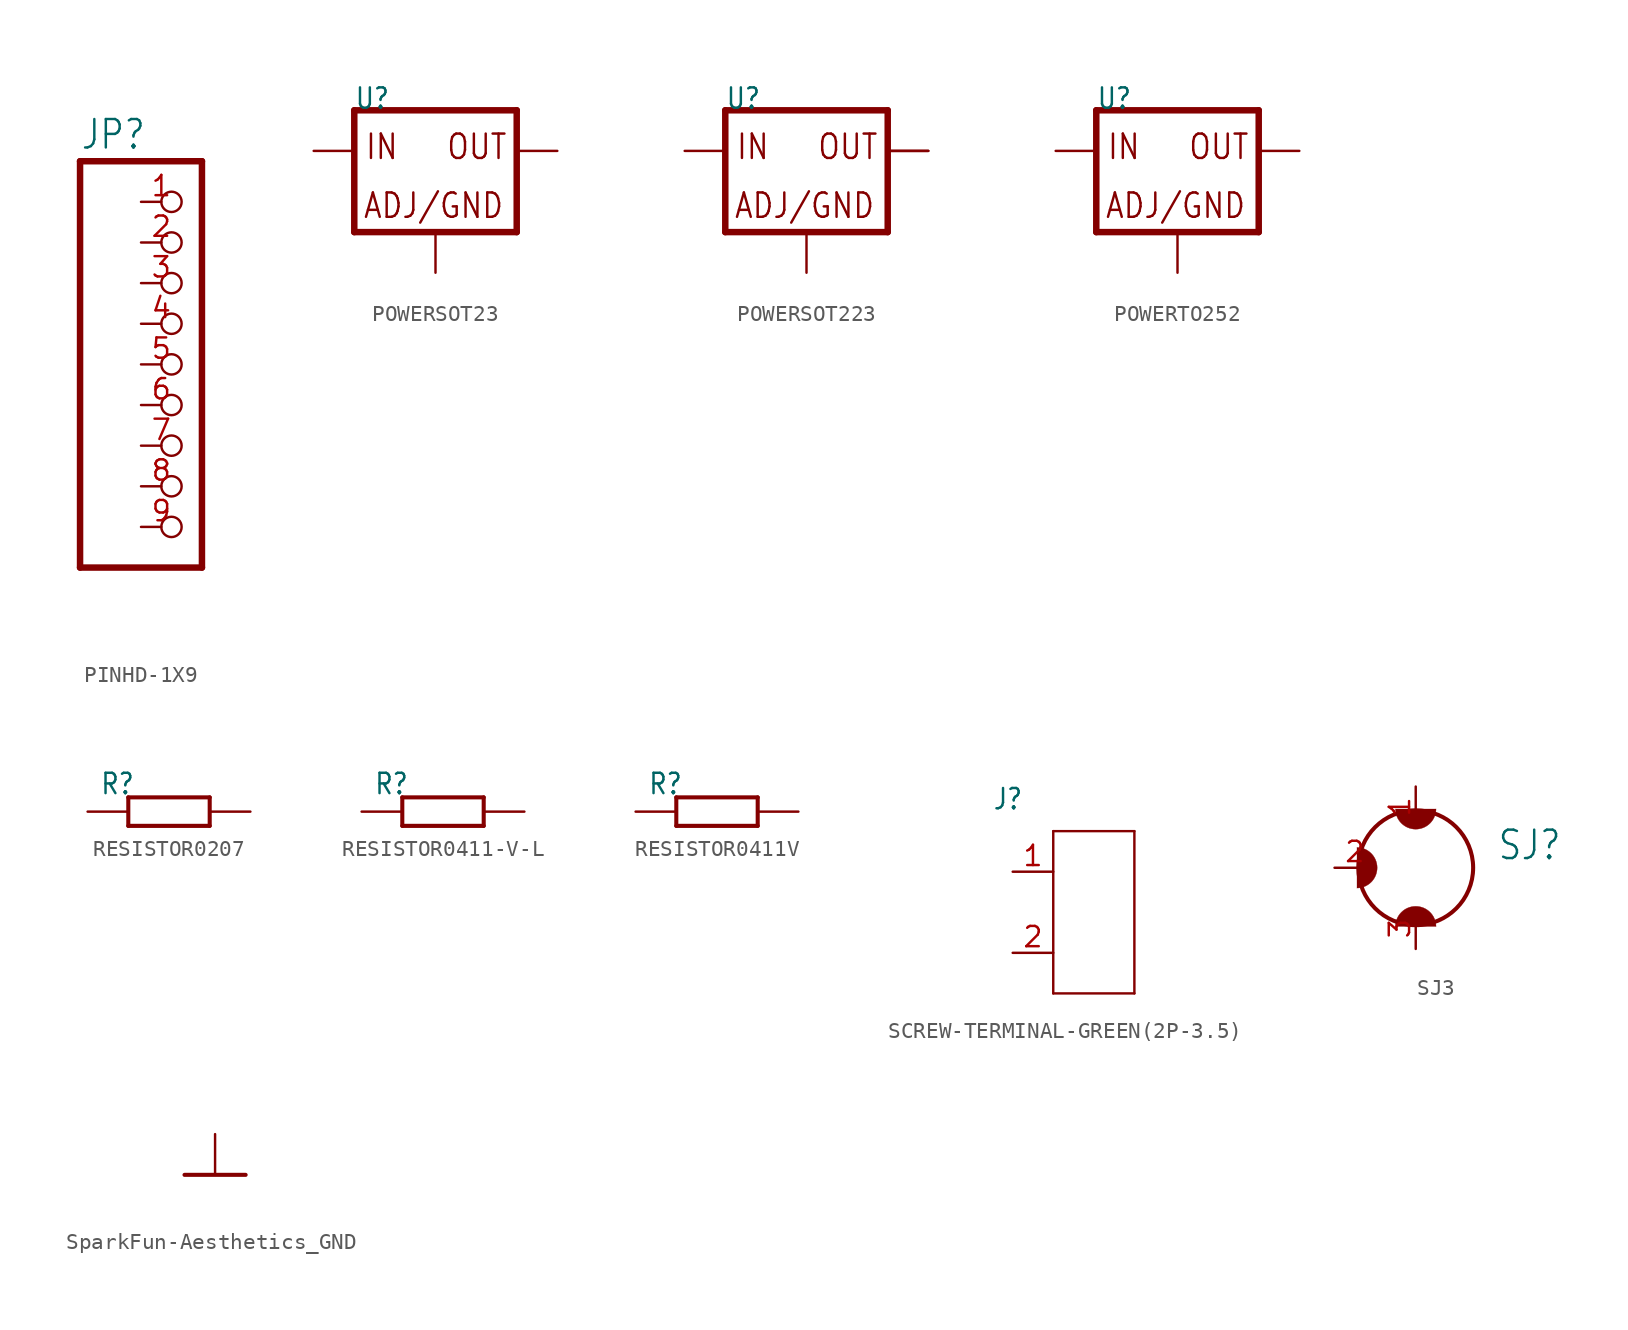
<source format=kicad_sym>
(kicad_symbol_lib
  (version 20231120)
  (generator "kicad_symbol_editor")
  (generator_version "8.0")
  (symbol "PINHD-1X9"
    (property "Reference" "JP"
      (at -6.35 13.335 0)
      (effects (font (size 1.778 1.511)) (justify left bottom)))
    (property "Value" ""
      (at -6.35 -15.24 0)
      (effects (font (size 1.778 1.511)) (justify left bottom)))
    (property "ki_locked" ""
      (at 0 0 0)
      (effects (font (size 1.27 1.27))))
    (symbol "PINHD-1X9_1_0"
      (polyline (pts (xy -6.35 -12.7) (xy 1.27 -12.7)) (stroke (width 0.406) (type solid)) (fill (type none)))
      (polyline (pts (xy -6.35 12.7) (xy -6.35 -12.7)) (stroke (width 0.406) (type solid)) (fill (type none)))
      (polyline (pts (xy 1.27 -12.7) (xy 1.27 12.7)) (stroke (width 0.406) (type solid)) (fill (type none)))
      (polyline (pts (xy 1.27 12.7) (xy -6.35 12.7)) (stroke (width 0.406) (type solid)) (fill (type none)))
      (pin passive inverted (at -2.54 10.16 0) (length 2.54) (name "1" (effects (font (size 0 0)))) (number "1" (effects (font (size 1.27 1.27)))))
      (pin passive inverted (at -2.54 7.62 0) (length 2.54) (name "2" (effects (font (size 0 0)))) (number "2" (effects (font (size 1.27 1.27)))))
      (pin passive inverted (at -2.54 5.08 0) (length 2.54) (name "3" (effects (font (size 0 0)))) (number "3" (effects (font (size 1.27 1.27)))))
      (pin passive inverted (at -2.54 2.54 0) (length 2.54) (name "4" (effects (font (size 0 0)))) (number "4" (effects (font (size 1.27 1.27)))))
      (pin passive inverted (at -2.54 0 0) (length 2.54) (name "5" (effects (font (size 0 0)))) (number "5" (effects (font (size 1.27 1.27)))))
      (pin passive inverted (at -2.54 -2.54 0) (length 2.54) (name "6" (effects (font (size 0 0)))) (number "6" (effects (font (size 1.27 1.27)))))
      (pin passive inverted (at -2.54 -5.08 0) (length 2.54) (name "7" (effects (font (size 0 0)))) (number "7" (effects (font (size 1.27 1.27)))))
      (pin passive inverted (at -2.54 -7.62 0) (length 2.54) (name "8" (effects (font (size 0 0)))) (number "8" (effects (font (size 1.27 1.27)))))
      (pin passive inverted (at -2.54 -10.16 0) (length 2.54) (name "9" (effects (font (size 0 0)))) (number "9" (effects (font (size 1.27 1.27)))))))
  (symbol "POWERSOT23"
    (property "Reference" "U"
      (at -5.08 2.54 0)
      (effects (font (size 1.27 1.079)) (justify left bottom)))
    (property "Value" ""
      (at 2.032 2.54 0)
      (effects (font (size 1.27 1.079)) (justify left bottom)))
    (property "ki_locked" ""
      (at 0 0 0)
      (effects (font (size 1.27 1.27))))
    (symbol "POWERSOT23_1_0"
      (polyline (pts (xy -5.08 -5.08) (xy 5.08 -5.08)) (stroke (width 0.406) (type solid)) (fill (type none)))
      (polyline (pts (xy -5.08 2.54) (xy -5.08 -5.08)) (stroke (width 0.406) (type solid)) (fill (type none)))
      (polyline (pts (xy 5.08 -5.08) (xy 5.08 2.54)) (stroke (width 0.406) (type solid)) (fill (type none)))
      (polyline (pts (xy 5.08 2.54) (xy -5.08 2.54)) (stroke (width 0.406) (type solid)) (fill (type none)))
      (text "ADJ/GND" (at -4.572 -4.318 0) (effects (font (size 1.524 1.295)) (justify left bottom)))
      (text "IN" (at -4.445 -0.635 0) (effects (font (size 1.524 1.295)) (justify left bottom)))
      (text "OUT" (at 0.635 -0.635 0) (effects (font (size 1.524 1.295)) (justify left bottom)))
      (pin input line (at 0 -7.62 90) (length 2.54) (name "GND" (effects (font (size 0 0)))) (number "1" (effects (font (size 0 0)))))
      (pin output line (at 7.62 0 180) (length 2.54) (name "OUT" (effects (font (size 0 0)))) (number "2" (effects (font (size 0 0)))))
      (pin input line (at -7.62 0 0) (length 2.54) (name "IN" (effects (font (size 0 0)))) (number "3" (effects (font (size 0 0)))))))
  (symbol "POWERSOT223"
    (property "Reference" "U"
      (at -5.08 2.54 0)
      (effects (font (size 1.27 1.079)) (justify left bottom)))
    (property "Value" ""
      (at 2.032 2.54 0)
      (effects (font (size 1.27 1.079)) (justify left bottom)))
    (property "ki_locked" ""
      (at 0 0 0)
      (effects (font (size 1.27 1.27))))
    (symbol "POWERSOT223_1_0"
      (polyline (pts (xy -5.08 -5.08) (xy 5.08 -5.08)) (stroke (width 0.406) (type solid)) (fill (type none)))
      (polyline (pts (xy -5.08 2.54) (xy -5.08 -5.08)) (stroke (width 0.406) (type solid)) (fill (type none)))
      (polyline (pts (xy 5.08 -5.08) (xy 5.08 2.54)) (stroke (width 0.406) (type solid)) (fill (type none)))
      (polyline (pts (xy 5.08 2.54) (xy -5.08 2.54)) (stroke (width 0.406) (type solid)) (fill (type none)))
      (text "ADJ/GND" (at -4.572 -4.318 0) (effects (font (size 1.524 1.295)) (justify left bottom)))
      (text "IN" (at -4.445 -0.635 0) (effects (font (size 1.524 1.295)) (justify left bottom)))
      (text "OUT" (at 0.635 -0.635 0) (effects (font (size 1.524 1.295)) (justify left bottom)))
      (pin input line (at 0 -7.62 90) (length 2.54) (name "GND" (effects (font (size 0 0)))) (number "GND" (effects (font (size 0 0)))))
      (pin input line (at -7.62 0 0) (length 2.54) (name "IN" (effects (font (size 0 0)))) (number "IN+" (effects (font (size 0 0)))))
      (pin output line (at 7.62 0 180) (length 2.54) (name "OUT" (effects (font (size 0 0)))) (number "OUT1" (effects (font (size 0 0)))))
      (pin output line (at 7.62 0 180) (length 2.54) (name "OUT" (effects (font (size 0 0)))) (number "OUT2" (effects (font (size 0 0)))))))
  (symbol "POWERTO252"
    (property "Reference" "U"
      (at -5.08 2.54 0)
      (effects (font (size 1.27 1.079)) (justify left bottom)))
    (property "Value" ""
      (at 2.032 2.54 0)
      (effects (font (size 1.27 1.079)) (justify left bottom)))
    (property "ki_locked" ""
      (at 0 0 0)
      (effects (font (size 1.27 1.27))))
    (symbol "POWERTO252_1_0"
      (polyline (pts (xy -5.08 -5.08) (xy 5.08 -5.08)) (stroke (width 0.406) (type solid)) (fill (type none)))
      (polyline (pts (xy -5.08 2.54) (xy -5.08 -5.08)) (stroke (width 0.406) (type solid)) (fill (type none)))
      (polyline (pts (xy 5.08 -5.08) (xy 5.08 2.54)) (stroke (width 0.406) (type solid)) (fill (type none)))
      (polyline (pts (xy 5.08 2.54) (xy -5.08 2.54)) (stroke (width 0.406) (type solid)) (fill (type none)))
      (text "ADJ/GND" (at -4.572 -4.318 0) (effects (font (size 1.524 1.295)) (justify left bottom)))
      (text "IN" (at -4.445 -0.635 0) (effects (font (size 1.524 1.295)) (justify left bottom)))
      (text "OUT" (at 0.635 -0.635 0) (effects (font (size 1.524 1.295)) (justify left bottom)))
      (pin input line (at -7.62 0 0) (length 2.54) (name "IN" (effects (font (size 0 0)))) (number "1" (effects (font (size 0 0)))))
      (pin output line (at 7.62 0 180) (length 2.54) (name "OUT" (effects (font (size 0 0)))) (number "2" (effects (font (size 0 0)))))
      (pin input line (at 0 -7.62 90) (length 2.54) (name "GND" (effects (font (size 0 0)))) (number "3" (effects (font (size 0 0)))))))
  (symbol "RESISTOR0207"
    (property "Reference" "R"
      (at -4.318 0.991 0)
      (effects (font (size 1.27 1.079)) (justify left bottom)))
    (property "Value" ""
      (at 0.254 1.016 0)
      (effects (font (size 1.27 1.079)) (justify left bottom)))
    (property "ki_locked" ""
      (at 0 0 0)
      (effects (font (size 1.27 1.27))))
    (symbol "RESISTOR0207_1_0"
      (polyline (pts (xy -2.54 -0.889) (xy -2.54 0.889)) (stroke (width 0.254) (type solid)) (fill (type none)))
      (polyline (pts (xy -2.54 -0.889) (xy 2.54 -0.889)) (stroke (width 0.254) (type solid)) (fill (type none)))
      (polyline (pts (xy 2.54 -0.889) (xy 2.54 0.889)) (stroke (width 0.254) (type solid)) (fill (type none)))
      (polyline (pts (xy 2.54 0.889) (xy -2.54 0.889)) (stroke (width 0.254) (type solid)) (fill (type none)))
      (pin passive line (at -5.08 0 0) (length 2.54) (name "1" (effects (font (size 0 0)))) (number "1" (effects (font (size 0 0)))))
      (pin passive line (at 5.08 0 180) (length 2.54) (name "2" (effects (font (size 0 0)))) (number "2" (effects (font (size 0 0)))))))
  (symbol "RESISTOR0411-V-L"
    (property "Reference" "R"
      (at -4.318 0.991 0)
      (effects (font (size 1.27 1.079)) (justify left bottom)))
    (property "Value" ""
      (at 0.254 1.016 0)
      (effects (font (size 1.27 1.079)) (justify left bottom)))
    (property "ki_locked" ""
      (at 0 0 0)
      (effects (font (size 1.27 1.27))))
    (symbol "RESISTOR0411-V-L_1_0"
      (polyline (pts (xy -2.54 -0.889) (xy -2.54 0.889)) (stroke (width 0.254) (type solid)) (fill (type none)))
      (polyline (pts (xy -2.54 -0.889) (xy 2.54 -0.889)) (stroke (width 0.254) (type solid)) (fill (type none)))
      (polyline (pts (xy 2.54 -0.889) (xy 2.54 0.889)) (stroke (width 0.254) (type solid)) (fill (type none)))
      (polyline (pts (xy 2.54 0.889) (xy -2.54 0.889)) (stroke (width 0.254) (type solid)) (fill (type none)))
      (pin passive line (at -5.08 0 0) (length 2.54) (name "1" (effects (font (size 0 0)))) (number "1" (effects (font (size 0 0)))))
      (pin passive line (at 5.08 0 180) (length 2.54) (name "2" (effects (font (size 0 0)))) (number "2" (effects (font (size 0 0)))))))
  (symbol "RESISTOR0411V"
    (property "Reference" "R"
      (at -4.318 0.991 0)
      (effects (font (size 1.27 1.079)) (justify left bottom)))
    (property "Value" ""
      (at 0.254 1.016 0)
      (effects (font (size 1.27 1.079)) (justify left bottom)))
    (property "ki_locked" ""
      (at 0 0 0)
      (effects (font (size 1.27 1.27))))
    (symbol "RESISTOR0411V_1_0"
      (polyline (pts (xy -2.54 -0.889) (xy -2.54 0.889)) (stroke (width 0.254) (type solid)) (fill (type none)))
      (polyline (pts (xy -2.54 -0.889) (xy 2.54 -0.889)) (stroke (width 0.254) (type solid)) (fill (type none)))
      (polyline (pts (xy 2.54 -0.889) (xy 2.54 0.889)) (stroke (width 0.254) (type solid)) (fill (type none)))
      (polyline (pts (xy 2.54 0.889) (xy -2.54 0.889)) (stroke (width 0.254) (type solid)) (fill (type none)))
      (pin passive line (at -5.08 0 0) (length 2.54) (name "1" (effects (font (size 0 0)))) (number "1" (effects (font (size 0 0)))))
      (pin passive line (at 5.08 0 180) (length 2.54) (name "2" (effects (font (size 0 0)))) (number "2" (effects (font (size 0 0)))))))
  (symbol "SCREW-TERMINAL-GREEN(2P-3.5)"
    (property "Reference" "J"
      (at -6.35 6.35 0)
      (effects (font (size 1.27 1.079)) (justify left bottom)))
    (property "Value" ""
      (at 0 6.35 0)
      (effects (font (size 1.27 1.079)) (justify left bottom)))
    (property "ki_locked" ""
      (at 0 0 0)
      (effects (font (size 1.27 1.27))))
    (symbol "SCREW-TERMINAL-GREEN(2P-3.5)_1_0"
      (polyline (pts (xy -2.54 -5.08) (xy 2.54 -5.08)) (stroke (width 0.152) (type solid)) (fill (type none)))
      (polyline (pts (xy -2.54 5.08) (xy -2.54 -5.08)) (stroke (width 0.152) (type solid)) (fill (type none)))
      (polyline (pts (xy 2.54 -5.08) (xy 2.54 5.08)) (stroke (width 0.152) (type solid)) (fill (type none)))
      (polyline (pts (xy 2.54 5.08) (xy -2.54 5.08)) (stroke (width 0.152) (type solid)) (fill (type none)))
      (pin bidirectional line (at -5.08 2.54 0) (length 2.54) (name "1" (effects (font (size 0 0)))) (number "1" (effects (font (size 1.27 1.27)))))
      (pin bidirectional line (at -5.08 -2.54 0) (length 2.54) (name "2" (effects (font (size 0 0)))) (number "2" (effects (font (size 1.27 1.27)))))))
  (symbol "SJ3"
    (property "Reference" "SJ"
      (at 5.08 0.381 0)
      (effects (font (size 1.778 1.511)) (justify left bottom)))
    (property "Value" ""
      (at 5.08 -1.905 0)
      (effects (font (size 1.778 1.511)) (justify left bottom)))
    (property "ki_locked" ""
      (at 0 0 0)
      (effects (font (size 1.27 1.27))))
    (symbol "SJ3_1_0"
      (arc (start -3.683 -1.27) (mid -2.413 0) (end -3.683 1.27) (stroke (width 0.0001) (type solid)) (fill (type outline)))
      (arc (start -1.27 3.683) (mid 0 2.413) (end 1.27 3.683) (stroke (width 0.0001) (type solid)) (fill (type outline)))
      (circle (center 0 0) (radius 3.592) (stroke (width 0.254) (type solid)) (fill (type none)))
      (arc (start 1.27 -3.683) (mid 0 -2.413) (end -1.27 -3.683) (stroke (width 0.0001) (type solid)) (fill (type outline)))
      (pin passive line (at 0 5.08 270) (length 2.54) (name "1" (effects (font (size 0 0)))) (number "1" (effects (font (size 1.27 1.27)))))
      (pin passive line (at -5.08 0 0) (length 2.54) (name "2" (effects (font (size 0 0)))) (number "2" (effects (font (size 1.27 1.27)))))
      (pin passive line (at 0 -5.08 90) (length 2.54) (name "3" (effects (font (size 0 0)))) (number "3" (effects (font (size 1.27 1.27)))))))
  (symbol "SparkFun-Aesthetics_GND"
    (power)
    (property "Reference" "#GND"
      (at 0 0 0)
      (effects (font (size 1.27 1.27)) (hide yes)))
    (property "Value" ""
      (at -2.54 -2.54 0)
      (effects (font (size 1.778 1.511)) (justify left bottom)))
    (property "ki_locked" ""
      (at 0 0 0)
      (effects (font (size 1.27 1.27))))
    (symbol "SparkFun-Aesthetics_GND_1_0"
      (polyline (pts (xy -1.905 0) (xy 1.905 0)) (stroke (width 0.254) (type solid)) (fill (type none)))
      (pin power_in line (at 0 2.54 270) (length 2.54) (name "GND" (effects (font (size 0 0)))) (number "1" (effects (font (size 0 0))))))))
</source>
